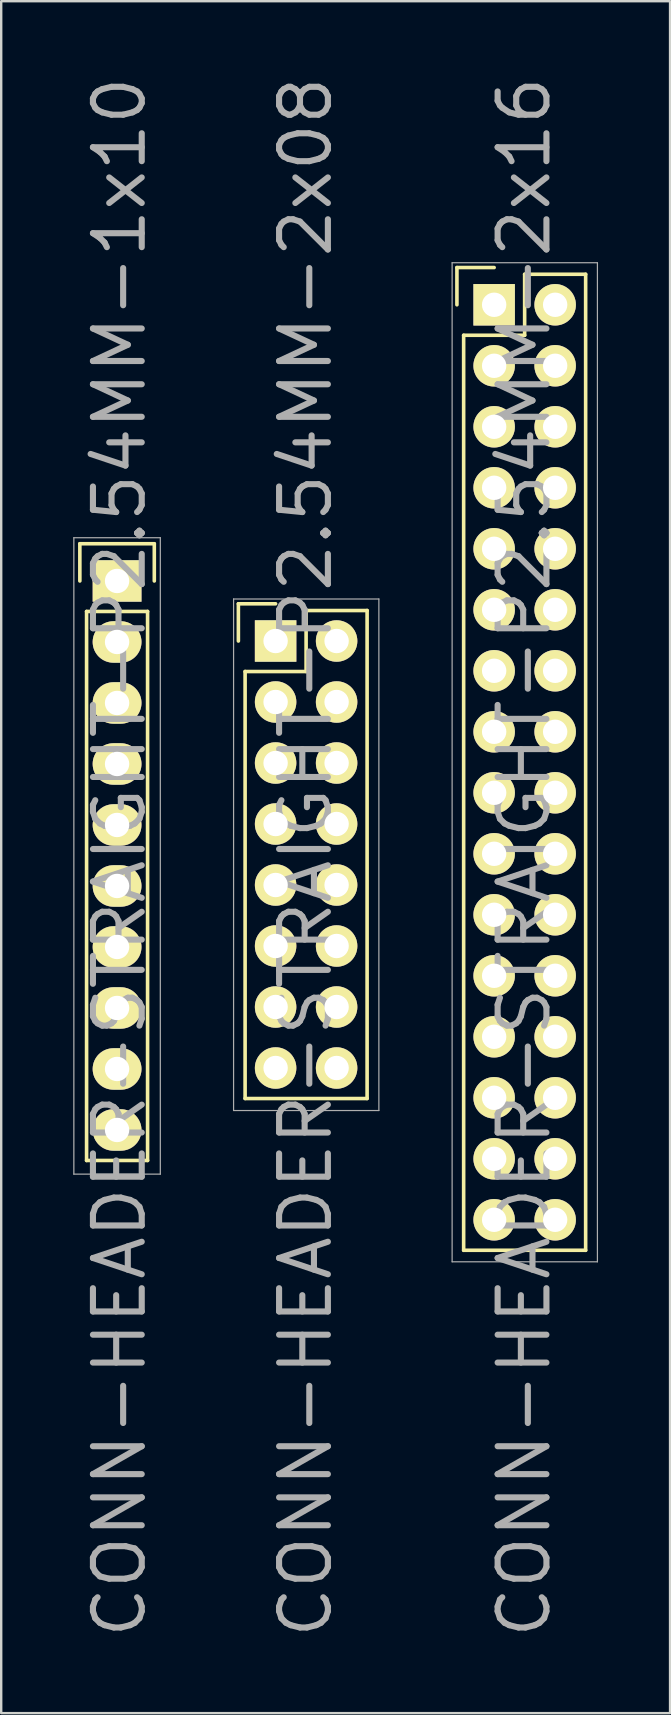
<source format=kicad_pcb>
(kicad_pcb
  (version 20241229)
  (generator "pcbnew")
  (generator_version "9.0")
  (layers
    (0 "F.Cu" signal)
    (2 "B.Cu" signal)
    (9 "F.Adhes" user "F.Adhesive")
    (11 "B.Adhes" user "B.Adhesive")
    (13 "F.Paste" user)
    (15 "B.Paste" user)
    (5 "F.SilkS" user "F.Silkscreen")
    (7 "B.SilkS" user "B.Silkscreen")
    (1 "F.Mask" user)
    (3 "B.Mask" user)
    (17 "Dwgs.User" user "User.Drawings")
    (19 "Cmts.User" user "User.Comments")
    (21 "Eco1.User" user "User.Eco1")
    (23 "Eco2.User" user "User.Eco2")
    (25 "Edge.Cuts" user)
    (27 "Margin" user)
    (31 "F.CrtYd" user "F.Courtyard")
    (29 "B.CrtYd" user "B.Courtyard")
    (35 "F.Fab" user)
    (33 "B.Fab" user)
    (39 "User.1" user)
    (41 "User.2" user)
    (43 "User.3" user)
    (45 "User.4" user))
  (footprint "CONN-HEADER-STRAIGHT-P2.54MM-2x16"
    (layer "F.Cu")
    (at 17.526 9.641)
    (property "Reference" "CONN-HEADER-STRAIGHT-P2.54MM-2x16" (at 1.25 23 90) (layer "F.Fab") (effects (font (size 2.032 2.032) (thickness 0.254))))
    (attr through_hole)
    (fp_line (start -1.55 -1.55) (end -1.55 0) (stroke (width 0.15) (type solid)) (layer "F.SilkS"))
    (fp_line (start -1.27 1.27) (end -1.27 39.37) (stroke (width 0.15) (type solid)) (layer "F.SilkS"))
    (fp_line (start 0 -1.55) (end -1.55 -1.55) (stroke (width 0.15) (type solid)) (layer "F.SilkS"))
    (fp_line (start 1.27 -1.27) (end 1.27 1.27) (stroke (width 0.15) (type solid)) (layer "F.SilkS"))
    (fp_line (start 1.27 1.27) (end -1.27 1.27) (stroke (width 0.15) (type solid)) (layer "F.SilkS"))
    (fp_line (start 3.81 -1.27) (end 1.27 -1.27) (stroke (width 0.15) (type solid)) (layer "F.SilkS"))
    (fp_line (start 3.81 39.37) (end -1.27 39.37) (stroke (width 0.15) (type solid)) (layer "F.SilkS"))
    (fp_line (start 3.81 39.37) (end 3.81 -1.27) (stroke (width 0.15) (type solid)) (layer "F.SilkS"))
    (fp_line (start -1.75 -1.75) (end -1.75 39.85) (stroke (width 0.05) (type solid)) (layer "F.Fab"))
    (fp_line (start -1.75 -1.75) (end 4.3 -1.75) (stroke (width 0.05) (type solid)) (layer "F.Fab"))
    (fp_line (start -1.75 39.85) (end 4.3 39.85) (stroke (width 0.05) (type solid)) (layer "F.Fab"))
    (fp_line (start 4.3 -1.75) (end 4.3 39.85) (stroke (width 0.05) (type solid)) (layer "F.Fab"))
    (pad "1" thru_hole rect (at 0 0) (size 1.727 1.727) (drill 1.016) (layers "*.Cu" "*.Mask" "F.SilkS"))
    (pad "2" thru_hole oval (at 2.54 0) (size 1.727 1.727) (drill 1.016) (layers "*.Cu" "*.Mask" "F.SilkS"))
    (pad "3" thru_hole oval (at 0 2.54) (size 1.727 1.727) (drill 1.016) (layers "*.Cu" "*.Mask" "F.SilkS"))
    (pad "4" thru_hole oval (at 2.54 2.54) (size 1.727 1.727) (drill 1.016) (layers "*.Cu" "*.Mask" "F.SilkS"))
    (pad "5" thru_hole oval (at 0 5.08) (size 1.727 1.727) (drill 1.016) (layers "*.Cu" "*.Mask" "F.SilkS"))
    (pad "6" thru_hole oval (at 2.54 5.08) (size 1.727 1.727) (drill 1.016) (layers "*.Cu" "*.Mask" "F.SilkS"))
    (pad "7" thru_hole oval (at 0 7.62) (size 1.727 1.727) (drill 1.016) (layers "*.Cu" "*.Mask" "F.SilkS"))
    (pad "8" thru_hole oval (at 2.54 7.62) (size 1.727 1.727) (drill 1.016) (layers "*.Cu" "*.Mask" "F.SilkS"))
    (pad "9" thru_hole oval (at 0 10.16) (size 1.727 1.727) (drill 1.016) (layers "*.Cu" "*.Mask" "F.SilkS"))
    (pad "10" thru_hole oval (at 2.54 10.16) (size 1.727 1.727) (drill 1.016) (layers "*.Cu" "*.Mask" "F.SilkS"))
    (pad "11" thru_hole oval (at 0 12.7) (size 1.727 1.727) (drill 1.016) (layers "*.Cu" "*.Mask" "F.SilkS"))
    (pad "12" thru_hole oval (at 2.54 12.7) (size 1.727 1.727) (drill 1.016) (layers "*.Cu" "*.Mask" "F.SilkS"))
    (pad "13" thru_hole oval (at 0 15.24) (size 1.727 1.727) (drill 1.016) (layers "*.Cu" "*.Mask" "F.SilkS"))
    (pad "14" thru_hole oval (at 2.54 15.24) (size 1.727 1.727) (drill 1.016) (layers "*.Cu" "*.Mask" "F.SilkS"))
    (pad "15" thru_hole oval (at 0 17.78) (size 1.727 1.727) (drill 1.016) (layers "*.Cu" "*.Mask" "F.SilkS"))
    (pad "16" thru_hole oval (at 2.54 17.78) (size 1.727 1.727) (drill 1.016) (layers "*.Cu" "*.Mask" "F.SilkS"))
    (pad "17" thru_hole oval (at 0 20.32) (size 1.727 1.727) (drill 1.016) (layers "*.Cu" "*.Mask" "F.SilkS"))
    (pad "18" thru_hole oval (at 2.54 20.32) (size 1.727 1.727) (drill 1.016) (layers "*.Cu" "*.Mask" "F.SilkS"))
    (pad "19" thru_hole oval (at 0 22.86) (size 1.727 1.727) (drill 1.016) (layers "*.Cu" "*.Mask" "F.SilkS"))
    (pad "20" thru_hole oval (at 2.54 22.86) (size 1.727 1.727) (drill 1.016) (layers "*.Cu" "*.Mask" "F.SilkS"))
    (pad "21" thru_hole oval (at 0 25.4) (size 1.727 1.727) (drill 1.016) (layers "*.Cu" "*.Mask" "F.SilkS"))
    (pad "22" thru_hole oval (at 2.54 25.4) (size 1.727 1.727) (drill 1.016) (layers "*.Cu" "*.Mask" "F.SilkS"))
    (pad "23" thru_hole oval (at 0 27.94) (size 1.727 1.727) (drill 1.016) (layers "*.Cu" "*.Mask" "F.SilkS"))
    (pad "24" thru_hole oval (at 2.54 27.94) (size 1.727 1.727) (drill 1.016) (layers "*.Cu" "*.Mask" "F.SilkS"))
    (pad "25" thru_hole oval (at 0 30.48) (size 1.727 1.727) (drill 1.016) (layers "*.Cu" "*.Mask" "F.SilkS"))
    (pad "26" thru_hole oval (at 2.54 30.48) (size 1.727 1.727) (drill 1.016) (layers "*.Cu" "*.Mask" "F.SilkS"))
    (pad "27" thru_hole oval (at 0 33.02) (size 1.727 1.727) (drill 1.016) (layers "*.Cu" "*.Mask" "F.SilkS"))
    (pad "28" thru_hole oval (at 2.54 33.02) (size 1.727 1.727) (drill 1.016) (layers "*.Cu" "*.Mask" "F.SilkS"))
    (pad "29" thru_hole oval (at 0 35.56) (size 1.727 1.727) (drill 1.016) (layers "*.Cu" "*.Mask" "F.SilkS"))
    (pad "30" thru_hole oval (at 2.54 35.56) (size 1.727 1.727) (drill 1.016) (layers "*.Cu" "*.Mask" "F.SilkS"))
    (pad "31" thru_hole oval (at 0 38.1) (size 1.727 1.727) (drill 1.016) (layers "*.Cu" "*.Mask" "F.SilkS"))
    (pad "32" thru_hole oval (at 2.54 38.1) (size 1.727 1.727) (drill 1.016) (layers "*.Cu" "*.Mask" "F.SilkS")))
  (footprint "CONN-HEADER-STRAIGHT-P2.54MM-1x10"
    (layer "F.Cu")
    (at 1.825 21.141)
    (property "Reference" "CONN-HEADER-STRAIGHT-P2.54MM-1x10" (at 0.1 11.5 90) (layer "F.Fab") (effects (font (size 2.032 2.032) (thickness 0.254))))
    (attr through_hole)
    (fp_line (start -1.55 -1.55) (end 1.55 -1.55) (stroke (width 0.15) (type solid)) (layer "F.SilkS"))
    (fp_line (start -1.55 0) (end -1.55 -1.55) (stroke (width 0.15) (type solid)) (layer "F.SilkS"))
    (fp_line (start -1.27 24.13) (end -1.27 1.27) (stroke (width 0.15) (type solid)) (layer "F.SilkS"))
    (fp_line (start 1.27 1.27) (end -1.27 1.27) (stroke (width 0.15) (type solid)) (layer "F.SilkS"))
    (fp_line (start 1.27 1.27) (end 1.27 24.13) (stroke (width 0.15) (type solid)) (layer "F.SilkS"))
    (fp_line (start 1.27 24.13) (end -1.27 24.13) (stroke (width 0.15) (type solid)) (layer "F.SilkS"))
    (fp_line (start 1.55 -1.55) (end 1.55 0) (stroke (width 0.15) (type solid)) (layer "F.SilkS"))
    (fp_line (start -1.8 -1.8) (end 1.8 -1.8) (stroke (width 0.051) (type solid)) (layer "F.Fab"))
    (fp_line (start -1.8 24.7) (end -1.8 -1.8) (stroke (width 0.051) (type solid)) (layer "F.Fab"))
    (fp_line (start 1.8 -1.8) (end 1.8 24.7) (stroke (width 0.051) (type solid)) (layer "F.Fab"))
    (fp_line (start 1.8 24.7) (end -1.8 24.7) (stroke (width 0.051) (type solid)) (layer "F.Fab"))
    (pad "1" thru_hole rect (at 0 0) (size 2.032 1.727) (drill 1.016) (layers "*.Cu" "*.Mask" "F.SilkS"))
    (pad "2" thru_hole oval (at 0 2.54) (size 2.032 1.727) (drill 1.016) (layers "*.Cu" "*.Mask" "F.SilkS"))
    (pad "3" thru_hole oval (at 0 5.08) (size 2.032 1.727) (drill 1.016) (layers "*.Cu" "*.Mask" "F.SilkS"))
    (pad "4" thru_hole oval (at 0 7.62) (size 2.032 1.727) (drill 1.016) (layers "*.Cu" "*.Mask" "F.SilkS"))
    (pad "5" thru_hole oval (at 0 10.16) (size 2.032 1.727) (drill 1.016) (layers "*.Cu" "*.Mask" "F.SilkS"))
    (pad "6" thru_hole oval (at 0 12.7) (size 2.032 1.727) (drill 1.016) (layers "*.Cu" "*.Mask" "F.SilkS"))
    (pad "7" thru_hole oval (at 0 15.24) (size 2.032 1.727) (drill 1.016) (layers "*.Cu" "*.Mask" "F.SilkS"))
    (pad "8" thru_hole oval (at 0 17.78) (size 2.032 1.727) (drill 1.016) (layers "*.Cu" "*.Mask" "F.SilkS"))
    (pad "9" thru_hole oval (at 0 20.32) (size 2.032 1.727) (drill 1.016) (layers "*.Cu" "*.Mask" "F.SilkS"))
    (pad "10" thru_hole oval (at 0 22.86) (size 2.032 1.727) (drill 1.016) (layers "*.Cu" "*.Mask" "F.SilkS")))
  (footprint "CONN-HEADER-STRAIGHT-P2.54MM-2x08"
    (layer "F.Cu")
    (at 8.426 23.641)
    (property "Reference" "CONN-HEADER-STRAIGHT-P2.54MM-2x08" (at 1.25 9 90) (layer "F.Fab") (effects (font (size 2.032 2.032) (thickness 0.254))))
    (attr through_hole)
    (fp_line (start -1.55 -1.55) (end -1.55 0) (stroke (width 0.15) (type solid)) (layer "F.SilkS"))
    (fp_line (start -1.27 1.27) (end -1.27 19.05) (stroke (width 0.15) (type solid)) (layer "F.SilkS"))
    (fp_line (start 0 -1.55) (end -1.55 -1.55) (stroke (width 0.15) (type solid)) (layer "F.SilkS"))
    (fp_line (start 1.27 -1.27) (end 1.27 1.27) (stroke (width 0.15) (type solid)) (layer "F.SilkS"))
    (fp_line (start 1.27 1.27) (end -1.27 1.27) (stroke (width 0.15) (type solid)) (layer "F.SilkS"))
    (fp_line (start 3.81 -1.27) (end 1.27 -1.27) (stroke (width 0.15) (type solid)) (layer "F.SilkS"))
    (fp_line (start 3.81 19.05) (end -1.27 19.05) (stroke (width 0.15) (type solid)) (layer "F.SilkS"))
    (fp_line (start 3.81 19.05) (end 3.81 -1.27) (stroke (width 0.15) (type solid)) (layer "F.SilkS"))
    (fp_line (start -1.75 -1.75) (end -1.75 19.55) (stroke (width 0.05) (type solid)) (layer "F.Fab"))
    (fp_line (start -1.75 -1.75) (end 4.3 -1.75) (stroke (width 0.05) (type solid)) (layer "F.Fab"))
    (fp_line (start -1.75 19.55) (end 4.3 19.55) (stroke (width 0.05) (type solid)) (layer "F.Fab"))
    (fp_line (start 4.3 -1.75) (end 4.3 19.55) (stroke (width 0.05) (type solid)) (layer "F.Fab"))
    (pad "1" thru_hole rect (at 0 0) (size 1.727 1.727) (drill 1.016) (layers "*.Cu" "*.Mask" "F.SilkS"))
    (pad "2" thru_hole oval (at 2.54 0) (size 1.727 1.727) (drill 1.016) (layers "*.Cu" "*.Mask" "F.SilkS"))
    (pad "3" thru_hole oval (at 0 2.54) (size 1.727 1.727) (drill 1.016) (layers "*.Cu" "*.Mask" "F.SilkS"))
    (pad "4" thru_hole oval (at 2.54 2.54) (size 1.727 1.727) (drill 1.016) (layers "*.Cu" "*.Mask" "F.SilkS"))
    (pad "5" thru_hole oval (at 0 5.08) (size 1.727 1.727) (drill 1.016) (layers "*.Cu" "*.Mask" "F.SilkS"))
    (pad "6" thru_hole oval (at 2.54 5.08) (size 1.727 1.727) (drill 1.016) (layers "*.Cu" "*.Mask" "F.SilkS"))
    (pad "7" thru_hole oval (at 0 7.62) (size 1.727 1.727) (drill 1.016) (layers "*.Cu" "*.Mask" "F.SilkS"))
    (pad "8" thru_hole oval (at 2.54 7.62) (size 1.727 1.727) (drill 1.016) (layers "*.Cu" "*.Mask" "F.SilkS"))
    (pad "9" thru_hole oval (at 0 10.16) (size 1.727 1.727) (drill 1.016) (layers "*.Cu" "*.Mask" "F.SilkS"))
    (pad "10" thru_hole oval (at 2.54 10.16) (size 1.727 1.727) (drill 1.016) (layers "*.Cu" "*.Mask" "F.SilkS"))
    (pad "11" thru_hole oval (at 0 12.7) (size 1.727 1.727) (drill 1.016) (layers "*.Cu" "*.Mask" "F.SilkS"))
    (pad "12" thru_hole oval (at 2.54 12.7) (size 1.727 1.727) (drill 1.016) (layers "*.Cu" "*.Mask" "F.SilkS"))
    (pad "13" thru_hole oval (at 0 15.24) (size 1.727 1.727) (drill 1.016) (layers "*.Cu" "*.Mask" "F.SilkS"))
    (pad "14" thru_hole oval (at 2.54 15.24) (size 1.727 1.727) (drill 1.016) (layers "*.Cu" "*.Mask" "F.SilkS"))
    (pad "15" thru_hole oval (at 0 17.78) (size 1.727 1.727) (drill 1.016) (layers "*.Cu" "*.Mask" "F.SilkS"))
    (pad "16" thru_hole oval (at 2.54 17.78) (size 1.727 1.727) (drill 1.016) (layers "*.Cu" "*.Mask" "F.SilkS")))
  (gr_rect
    (start -3 -3)
    (end 24.851 68.283)
    (stroke (width 0.1) (type default))
    (fill no)
    (layer "Edge.Cuts")))
</source>
